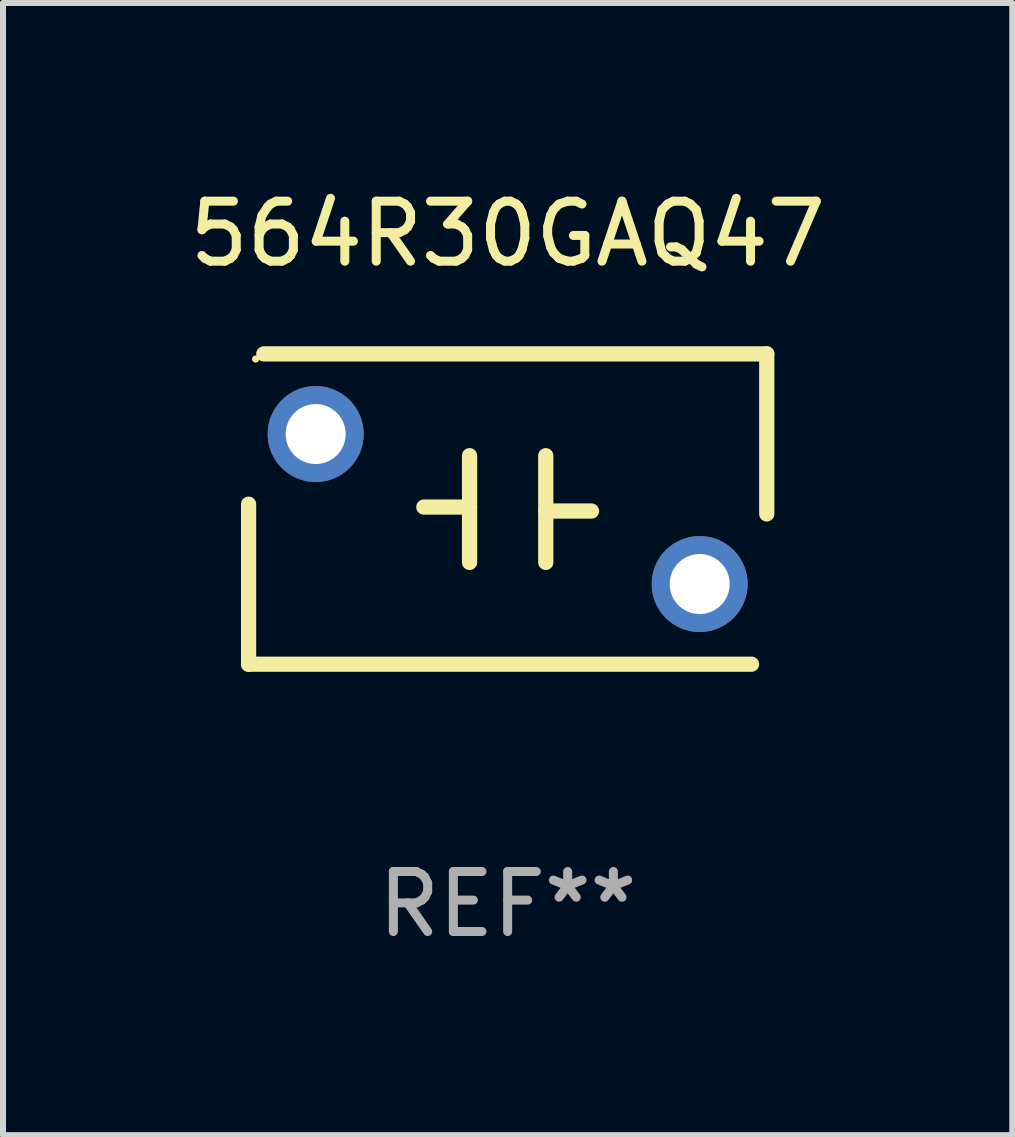
<source format=kicad_pcb>
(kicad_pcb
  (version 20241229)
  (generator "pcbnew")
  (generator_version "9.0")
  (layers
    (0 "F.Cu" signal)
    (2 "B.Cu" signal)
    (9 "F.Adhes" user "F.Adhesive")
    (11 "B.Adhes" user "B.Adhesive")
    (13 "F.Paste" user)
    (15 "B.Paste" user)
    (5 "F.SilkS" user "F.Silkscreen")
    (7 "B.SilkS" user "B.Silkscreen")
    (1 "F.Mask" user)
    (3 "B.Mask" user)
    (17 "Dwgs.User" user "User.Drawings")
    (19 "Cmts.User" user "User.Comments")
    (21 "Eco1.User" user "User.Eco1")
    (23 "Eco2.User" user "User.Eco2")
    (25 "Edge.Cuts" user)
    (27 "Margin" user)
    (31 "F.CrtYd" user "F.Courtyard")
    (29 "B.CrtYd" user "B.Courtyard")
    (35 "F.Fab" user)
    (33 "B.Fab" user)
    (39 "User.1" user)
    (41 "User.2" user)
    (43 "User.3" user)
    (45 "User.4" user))
  (footprint "564R30GAQ47"
    (layer "F.Cu")
    (at 5.411 5.434)
    (property "Reference" "564R30GAQ47" (at 0 -4.586 0) (layer "F.SilkS") (effects (font (size 1 1) (thickness 0.15))))
    (attr through_hole)
    (fp_line (start -4.318 -0.081) (end -4.318 2.586) (stroke (width 0.254) (type solid)) (layer "F.SilkS"))
    (fp_line (start -4.318 2.586) (end 4.064 2.586) (stroke (width 0.254) (type solid)) (layer "F.SilkS"))
    (fp_line (start -0.635 -0.889) (end -0.635 0.889) (stroke (width 0.254) (type solid)) (layer "F.SilkS"))
    (fp_line (start -0.635 -0.033) (end -1.397 -0.033) (stroke (width 0.254) (type solid)) (layer "F.SilkS"))
    (fp_line (start 0.635 0.033) (end 1.397 0.033) (stroke (width 0.254) (type solid)) (layer "F.SilkS"))
    (fp_line (start 0.635 0.889) (end 0.635 -0.889) (stroke (width 0.254) (type solid)) (layer "F.SilkS"))
    (fp_line (start 4.318 -2.586) (end -4.064 -2.586) (stroke (width 0.254) (type solid)) (layer "F.SilkS"))
    (fp_line (start 4.318 0.081) (end 4.318 -2.586) (stroke (width 0.254) (type solid)) (layer "F.SilkS"))
    (fp_circle (center -4.2 -2.5) (end -4.17 -2.5) (stroke (width 0.06) (type solid)) (fill no) (layer "F.SilkS"))
    (fp_text user "REF**" (at 0 6.586 0) (layer "F.Fab") (effects (font (size 1 1) (thickness 0.15))))
    (pad "1" thru_hole circle (at -3.2 -1.25) (size 1.6 1.6) (drill 1) (layers "*.Cu" "*.Mask"))
    (pad "2" thru_hole circle (at 3.2 1.25) (size 1.6 1.6) (drill 1) (layers "*.Cu" "*.Mask")))
  (gr_rect
    (start -3 -3)
    (end 13.821 15.869)
    (stroke (width 0.1) (type default))
    (fill no)
    (layer "Edge.Cuts")))
</source>
